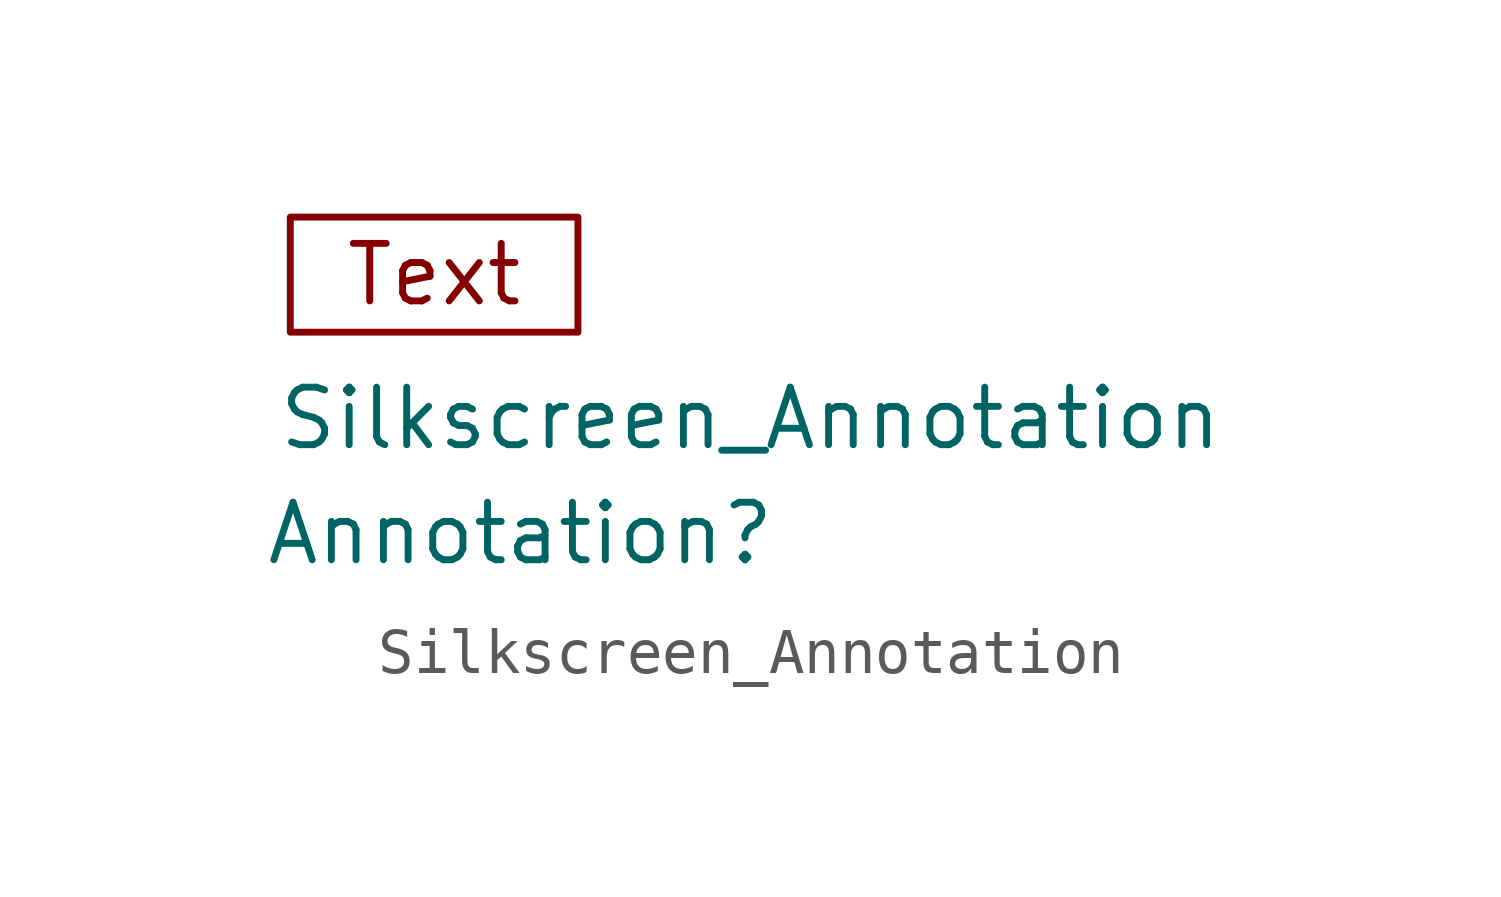
<source format=kicad_sym>
(kicad_symbol_lib
  (version 20211014)
  (generator kicad_symbol_editor)
  (symbol "Silkscreen_Annotation"
    (property "Reference" "Annotation"
      (at 3.81 0 0)
      (effects (font (size 1.27 1.27))))
    (property "Value" "Silkscreen_Annotation"
      (at 8.89 2.54 0)
      (effects (font (size 1.27 1.27))))
    (symbol "Silkscreen_Annotation_0_0"
      (text "Text" (at 1.905 5.715 0) (effects (font (size 1.27 1.27)))))
    (symbol "Silkscreen_Annotation_0_1"
      (rectangle (start -1.27 6.985) (end 5.08 4.445) (stroke (width 0) (type default) (color 0 0 0 0)) (fill (type none))))))
</source>
